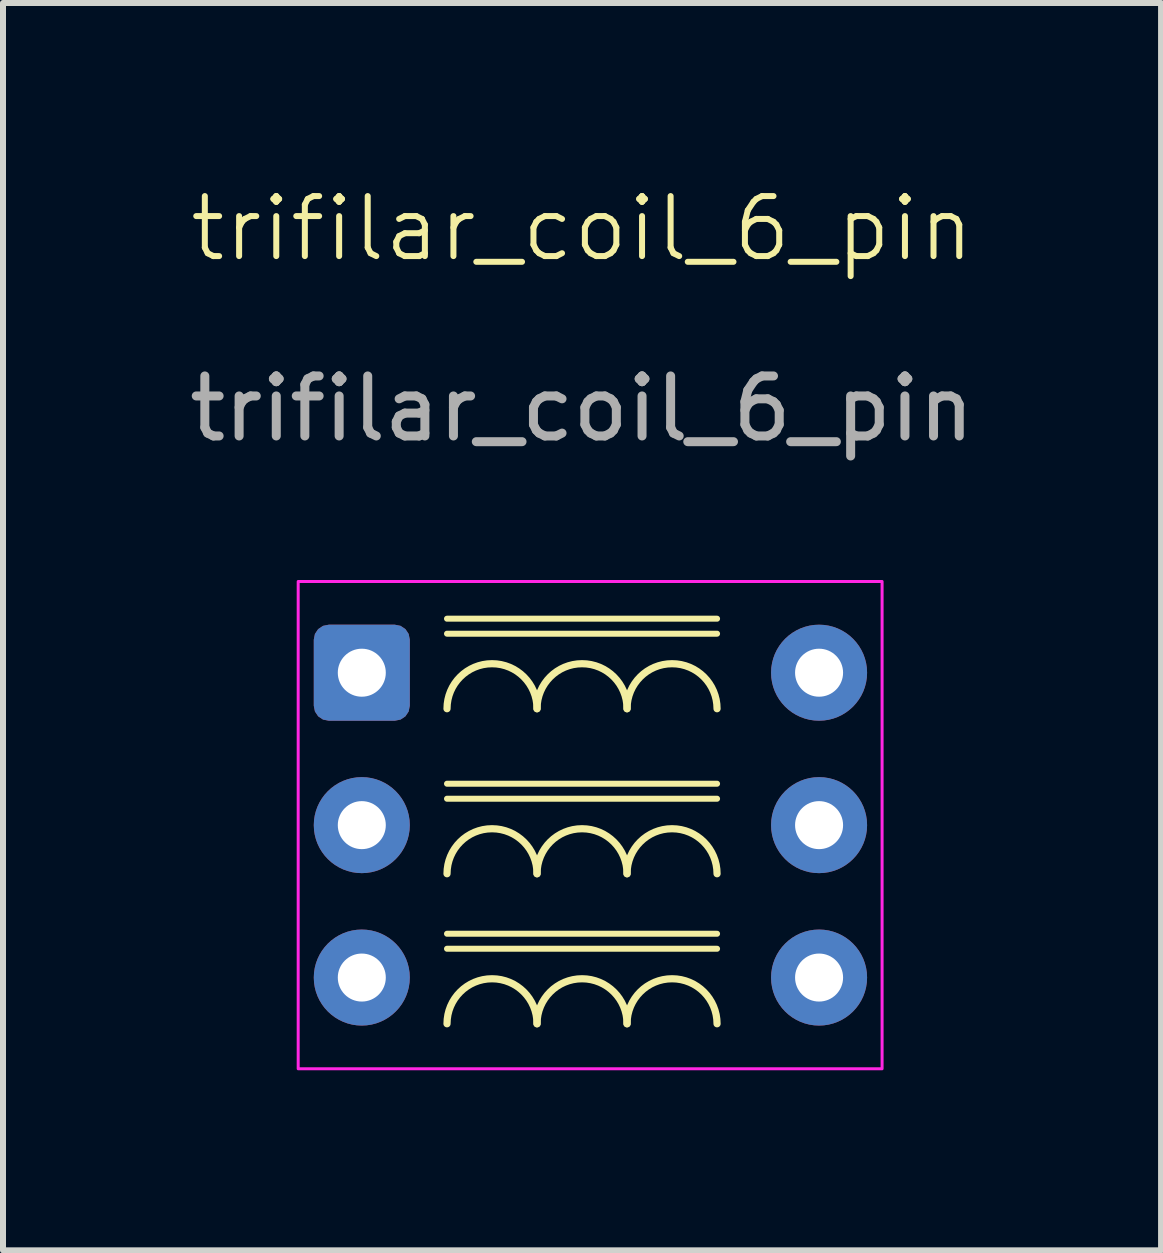
<source format=kicad_pcb>
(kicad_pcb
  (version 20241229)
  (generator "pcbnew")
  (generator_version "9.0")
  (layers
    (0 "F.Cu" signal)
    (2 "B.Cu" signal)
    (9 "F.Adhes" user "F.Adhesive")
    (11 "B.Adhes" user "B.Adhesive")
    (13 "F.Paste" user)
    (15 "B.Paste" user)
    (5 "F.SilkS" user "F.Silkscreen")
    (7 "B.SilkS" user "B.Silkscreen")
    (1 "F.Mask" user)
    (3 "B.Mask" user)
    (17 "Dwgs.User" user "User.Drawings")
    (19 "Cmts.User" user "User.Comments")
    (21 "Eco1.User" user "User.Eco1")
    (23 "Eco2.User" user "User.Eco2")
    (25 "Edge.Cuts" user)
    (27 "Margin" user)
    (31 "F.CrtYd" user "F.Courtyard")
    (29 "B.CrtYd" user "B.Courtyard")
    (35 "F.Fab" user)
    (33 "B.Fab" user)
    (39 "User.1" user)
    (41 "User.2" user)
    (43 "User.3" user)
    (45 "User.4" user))
  (footprint "trifilar_coil_6_pin"
    (layer "F.Cu")
    (at 6.649 1.26)
    (property "Reference" "trifilar_coil_6_pin" (at 0 -0.5 0) (unlocked yes) (layer "F.SilkS") (effects (font (size 1 1) (thickness 0.1))))
    (attr smd)
    (fp_line (start -2.25 6) (end 2.25 6) (stroke (width 0.1) (type default)) (layer "F.SilkS"))
    (fp_line (start -2.25 6.25) (end 2.25 6.25) (stroke (width 0.1) (type default)) (layer "F.SilkS"))
    (fp_line (start -2.25 8.75) (end 2.25 8.75) (stroke (width 0.1) (type default)) (layer "F.SilkS"))
    (fp_line (start -2.25 9) (end 2.25 9) (stroke (width 0.1) (type default)) (layer "F.SilkS"))
    (fp_line (start -2.25 11.25) (end 2.25 11.25) (stroke (width 0.1) (type default)) (layer "F.SilkS"))
    (fp_line (start -2.25 11.5) (end 2.25 11.5) (stroke (width 0.1) (type default)) (layer "F.SilkS"))
    (fp_arc (start -2.25 7.5) (mid -1.5 6.75) (end -0.75 7.5) (stroke (width 0.12) (type solid)) (layer "F.SilkS"))
    (fp_arc (start -2.25 10.25) (mid -1.5 9.5) (end -0.75 10.25) (stroke (width 0.12) (type solid)) (layer "F.SilkS"))
    (fp_arc (start -2.25 12.75) (mid -1.5 12) (end -0.75 12.75) (stroke (width 0.12) (type solid)) (layer "F.SilkS"))
    (fp_arc (start -0.75 7.5) (mid 0 6.75) (end 0.75 7.5) (stroke (width 0.12) (type solid)) (layer "F.SilkS"))
    (fp_arc (start -0.75 10.25) (mid 0 9.5) (end 0.75 10.25) (stroke (width 0.12) (type solid)) (layer "F.SilkS"))
    (fp_arc (start -0.75 12.75) (mid 0 12) (end 0.75 12.75) (stroke (width 0.12) (type solid)) (layer "F.SilkS"))
    (fp_arc (start 0.75 7.5) (mid 1.5 6.75) (end 2.25 7.5) (stroke (width 0.12) (type solid)) (layer "F.SilkS"))
    (fp_arc (start 0.75 10.25) (mid 1.5 9.5) (end 2.25 10.25) (stroke (width 0.12) (type solid)) (layer "F.SilkS"))
    (fp_arc (start 0.75 12.75) (mid 1.5 12) (end 2.25 12.75) (stroke (width 0.12) (type solid)) (layer "F.SilkS"))
    (fp_rect (start -4.73 5.38) (end 5 13.5) (stroke (width 0.05) (type solid)) (fill no) (layer "F.CrtYd"))
    (fp_text user "${REFERENCE}" (at 0 2.5 0) (unlocked yes) (layer "F.Fab") (effects (font (size 1 1) (thickness 0.15))))
    (pad "1" thru_hole roundrect (at -3.67 6.9) (size 1.6 1.6) (drill 0.8) (layers "*.Cu" "*.Mask") (roundrect_rratio 0.156))
    (pad "2" thru_hole circle (at -3.67 9.44) (size 1.6 1.6) (drill 0.8) (layers "*.Cu" "*.Mask"))
    (pad "3" thru_hole circle (at -3.67 11.98) (size 1.6 1.6) (drill 0.8) (layers "*.Cu" "*.Mask"))
    (pad "4" thru_hole circle (at 3.95 11.98) (size 1.6 1.6) (drill 0.8) (layers "*.Cu" "*.Mask"))
    (pad "5" thru_hole circle (at 3.95 9.44) (size 1.6 1.6) (drill 0.8) (layers "*.Cu" "*.Mask"))
    (pad "6" thru_hole circle (at 3.95 6.9) (size 1.6 1.6) (drill 0.8) (layers "*.Cu" "*.Mask")))
  (gr_rect
    (start -3 -3)
    (end 16.298 17.785)
    (stroke (width 0.1) (type default))
    (fill no)
    (layer "Edge.Cuts")))
</source>
